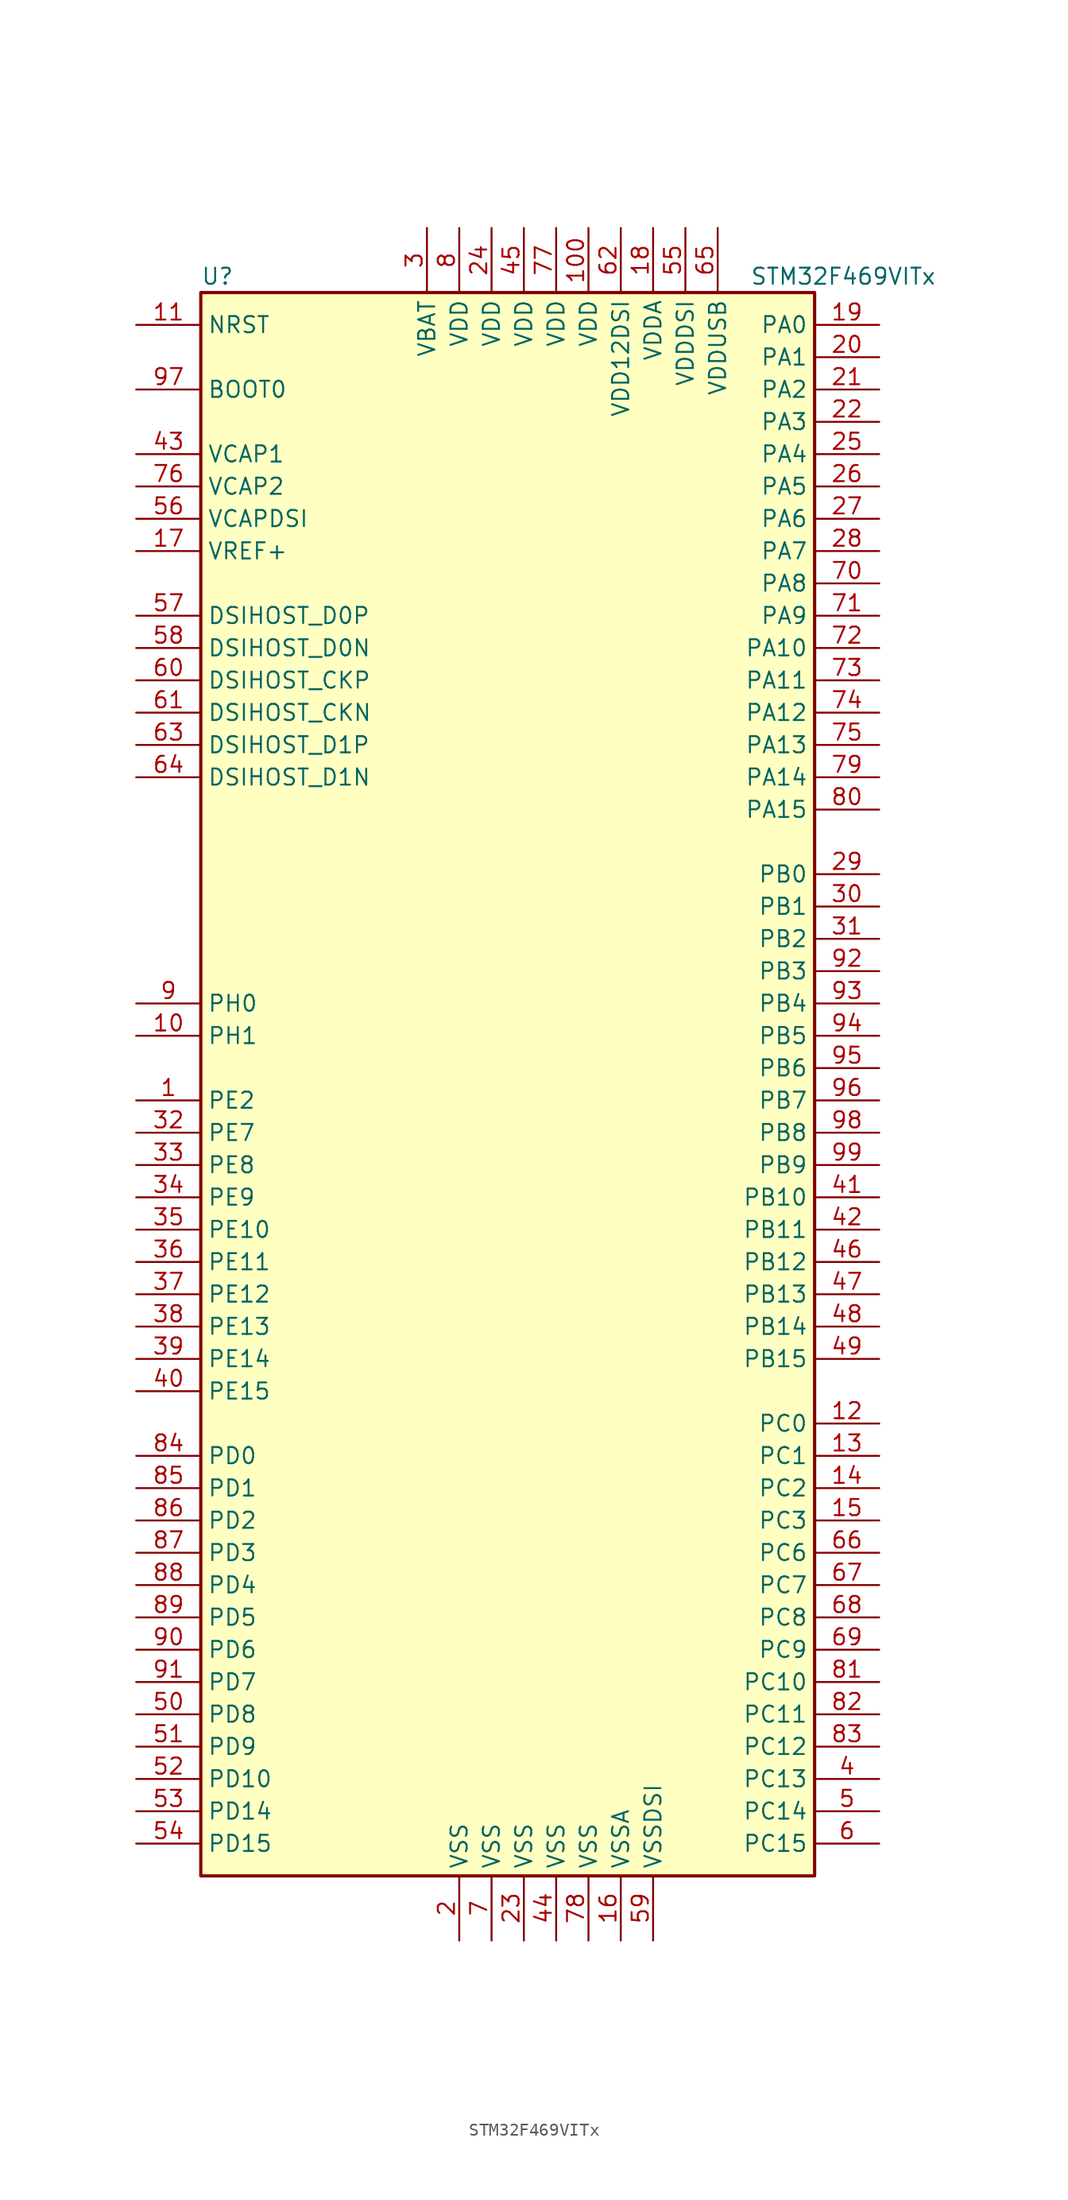
<source format=kicad_sym>
(kicad_symbol_lib
  (version 20201005)
  (generator kicad_symbol_editor)
  (symbol "STM32F469VITx"
    (property "Reference" "U"
      (at -25.4 62.23 0)
      (effects (font (size 1.27 1.27)) (justify left)))
    (property "Value" "STM32F469VITx"
      (at 17.78 62.23 0)
      (effects (font (size 1.27 1.27)) (justify left)))
    (symbol "STM32F469VITx_0_1"
      (rectangle (start -25.4 -63.5) (end 22.86 60.96) (stroke (width 0.254)) (fill (type background))))
    (symbol "STM32F469VITx_1_1"
      (pin bidirectional line (at -30.48 -2.54 0) (length 5.08) (name "PE2" (effects (font (size 1.27 1.27)))) (number "1" (effects (font (size 1.27 1.27)))))
      (pin input line (at -30.48 2.54 0) (length 5.08) (name "PH1" (effects (font (size 1.27 1.27)))) (number "10" (effects (font (size 1.27 1.27)))))
      (pin power_in line (at 5.08 66.04 270) (length 5.08) (name "VDD" (effects (font (size 1.27 1.27)))) (number "100" (effects (font (size 1.27 1.27)))))
      (pin input line (at -30.48 58.42 0) (length 5.08) (name "NRST" (effects (font (size 1.27 1.27)))) (number "11" (effects (font (size 1.27 1.27)))))
      (pin bidirectional line (at 27.94 -27.94 180) (length 5.08) (name "PC0" (effects (font (size 1.27 1.27)))) (number "12" (effects (font (size 1.27 1.27)))))
      (pin bidirectional line (at 27.94 -30.48 180) (length 5.08) (name "PC1" (effects (font (size 1.27 1.27)))) (number "13" (effects (font (size 1.27 1.27)))))
      (pin bidirectional line (at 27.94 -33.02 180) (length 5.08) (name "PC2" (effects (font (size 1.27 1.27)))) (number "14" (effects (font (size 1.27 1.27)))))
      (pin bidirectional line (at 27.94 -35.56 180) (length 5.08) (name "PC3" (effects (font (size 1.27 1.27)))) (number "15" (effects (font (size 1.27 1.27)))))
      (pin power_in line (at 7.62 -68.58 90) (length 5.08) (name "VSSA" (effects (font (size 1.27 1.27)))) (number "16" (effects (font (size 1.27 1.27)))))
      (pin power_in line (at -30.48 40.64 0) (length 5.08) (name "VREF+" (effects (font (size 1.27 1.27)))) (number "17" (effects (font (size 1.27 1.27)))))
      (pin power_in line (at 10.16 66.04 270) (length 5.08) (name "VDDA" (effects (font (size 1.27 1.27)))) (number "18" (effects (font (size 1.27 1.27)))))
      (pin bidirectional line (at 27.94 58.42 180) (length 5.08) (name "PA0" (effects (font (size 1.27 1.27)))) (number "19" (effects (font (size 1.27 1.27)))))
      (pin power_in line (at -5.08 -68.58 90) (length 5.08) (name "VSS" (effects (font (size 1.27 1.27)))) (number "2" (effects (font (size 1.27 1.27)))))
      (pin bidirectional line (at 27.94 55.88 180) (length 5.08) (name "PA1" (effects (font (size 1.27 1.27)))) (number "20" (effects (font (size 1.27 1.27)))))
      (pin bidirectional line (at 27.94 53.34 180) (length 5.08) (name "PA2" (effects (font (size 1.27 1.27)))) (number "21" (effects (font (size 1.27 1.27)))))
      (pin bidirectional line (at 27.94 50.8 180) (length 5.08) (name "PA3" (effects (font (size 1.27 1.27)))) (number "22" (effects (font (size 1.27 1.27)))))
      (pin power_in line (at 0 -68.58 90) (length 5.08) (name "VSS" (effects (font (size 1.27 1.27)))) (number "23" (effects (font (size 1.27 1.27)))))
      (pin power_in line (at -2.54 66.04 270) (length 5.08) (name "VDD" (effects (font (size 1.27 1.27)))) (number "24" (effects (font (size 1.27 1.27)))))
      (pin bidirectional line (at 27.94 48.26 180) (length 5.08) (name "PA4" (effects (font (size 1.27 1.27)))) (number "25" (effects (font (size 1.27 1.27)))))
      (pin bidirectional line (at 27.94 45.72 180) (length 5.08) (name "PA5" (effects (font (size 1.27 1.27)))) (number "26" (effects (font (size 1.27 1.27)))))
      (pin bidirectional line (at 27.94 43.18 180) (length 5.08) (name "PA6" (effects (font (size 1.27 1.27)))) (number "27" (effects (font (size 1.27 1.27)))))
      (pin bidirectional line (at 27.94 40.64 180) (length 5.08) (name "PA7" (effects (font (size 1.27 1.27)))) (number "28" (effects (font (size 1.27 1.27)))))
      (pin bidirectional line (at 27.94 15.24 180) (length 5.08) (name "PB0" (effects (font (size 1.27 1.27)))) (number "29" (effects (font (size 1.27 1.27)))))
      (pin power_in line (at -7.62 66.04 270) (length 5.08) (name "VBAT" (effects (font (size 1.27 1.27)))) (number "3" (effects (font (size 1.27 1.27)))))
      (pin bidirectional line (at 27.94 12.7 180) (length 5.08) (name "PB1" (effects (font (size 1.27 1.27)))) (number "30" (effects (font (size 1.27 1.27)))))
      (pin bidirectional line (at 27.94 10.16 180) (length 5.08) (name "PB2" (effects (font (size 1.27 1.27)))) (number "31" (effects (font (size 1.27 1.27)))))
      (pin bidirectional line (at -30.48 -5.08 0) (length 5.08) (name "PE7" (effects (font (size 1.27 1.27)))) (number "32" (effects (font (size 1.27 1.27)))))
      (pin bidirectional line (at -30.48 -7.62 0) (length 5.08) (name "PE8" (effects (font (size 1.27 1.27)))) (number "33" (effects (font (size 1.27 1.27)))))
      (pin bidirectional line (at -30.48 -10.16 0) (length 5.08) (name "PE9" (effects (font (size 1.27 1.27)))) (number "34" (effects (font (size 1.27 1.27)))))
      (pin bidirectional line (at -30.48 -12.7 0) (length 5.08) (name "PE10" (effects (font (size 1.27 1.27)))) (number "35" (effects (font (size 1.27 1.27)))))
      (pin bidirectional line (at -30.48 -15.24 0) (length 5.08) (name "PE11" (effects (font (size 1.27 1.27)))) (number "36" (effects (font (size 1.27 1.27)))))
      (pin bidirectional line (at -30.48 -17.78 0) (length 5.08) (name "PE12" (effects (font (size 1.27 1.27)))) (number "37" (effects (font (size 1.27 1.27)))))
      (pin bidirectional line (at -30.48 -20.32 0) (length 5.08) (name "PE13" (effects (font (size 1.27 1.27)))) (number "38" (effects (font (size 1.27 1.27)))))
      (pin bidirectional line (at -30.48 -22.86 0) (length 5.08) (name "PE14" (effects (font (size 1.27 1.27)))) (number "39" (effects (font (size 1.27 1.27)))))
      (pin bidirectional line (at 27.94 -55.88 180) (length 5.08) (name "PC13" (effects (font (size 1.27 1.27)))) (number "4" (effects (font (size 1.27 1.27)))))
      (pin bidirectional line (at -30.48 -25.4 0) (length 5.08) (name "PE15" (effects (font (size 1.27 1.27)))) (number "40" (effects (font (size 1.27 1.27)))))
      (pin bidirectional line (at 27.94 -10.16 180) (length 5.08) (name "PB10" (effects (font (size 1.27 1.27)))) (number "41" (effects (font (size 1.27 1.27)))))
      (pin bidirectional line (at 27.94 -12.7 180) (length 5.08) (name "PB11" (effects (font (size 1.27 1.27)))) (number "42" (effects (font (size 1.27 1.27)))))
      (pin power_in line (at -30.48 48.26 0) (length 5.08) (name "VCAP1" (effects (font (size 1.27 1.27)))) (number "43" (effects (font (size 1.27 1.27)))))
      (pin power_in line (at 2.54 -68.58 90) (length 5.08) (name "VSS" (effects (font (size 1.27 1.27)))) (number "44" (effects (font (size 1.27 1.27)))))
      (pin power_in line (at 0 66.04 270) (length 5.08) (name "VDD" (effects (font (size 1.27 1.27)))) (number "45" (effects (font (size 1.27 1.27)))))
      (pin bidirectional line (at 27.94 -15.24 180) (length 5.08) (name "PB12" (effects (font (size 1.27 1.27)))) (number "46" (effects (font (size 1.27 1.27)))))
      (pin bidirectional line (at 27.94 -17.78 180) (length 5.08) (name "PB13" (effects (font (size 1.27 1.27)))) (number "47" (effects (font (size 1.27 1.27)))))
      (pin bidirectional line (at 27.94 -20.32 180) (length 5.08) (name "PB14" (effects (font (size 1.27 1.27)))) (number "48" (effects (font (size 1.27 1.27)))))
      (pin bidirectional line (at 27.94 -22.86 180) (length 5.08) (name "PB15" (effects (font (size 1.27 1.27)))) (number "49" (effects (font (size 1.27 1.27)))))
      (pin bidirectional line (at 27.94 -58.42 180) (length 5.08) (name "PC14" (effects (font (size 1.27 1.27)))) (number "5" (effects (font (size 1.27 1.27)))))
      (pin bidirectional line (at -30.48 -50.8 0) (length 5.08) (name "PD8" (effects (font (size 1.27 1.27)))) (number "50" (effects (font (size 1.27 1.27)))))
      (pin bidirectional line (at -30.48 -53.34 0) (length 5.08) (name "PD9" (effects (font (size 1.27 1.27)))) (number "51" (effects (font (size 1.27 1.27)))))
      (pin bidirectional line (at -30.48 -55.88 0) (length 5.08) (name "PD10" (effects (font (size 1.27 1.27)))) (number "52" (effects (font (size 1.27 1.27)))))
      (pin bidirectional line (at -30.48 -58.42 0) (length 5.08) (name "PD14" (effects (font (size 1.27 1.27)))) (number "53" (effects (font (size 1.27 1.27)))))
      (pin bidirectional line (at -30.48 -60.96 0) (length 5.08) (name "PD15" (effects (font (size 1.27 1.27)))) (number "54" (effects (font (size 1.27 1.27)))))
      (pin power_in line (at 12.7 66.04 270) (length 5.08) (name "VDDDSI" (effects (font (size 1.27 1.27)))) (number "55" (effects (font (size 1.27 1.27)))))
      (pin power_in line (at -30.48 43.18 0) (length 5.08) (name "VCAPDSI" (effects (font (size 1.27 1.27)))) (number "56" (effects (font (size 1.27 1.27)))))
      (pin bidirectional line (at -30.48 35.56 0) (length 5.08) (name "DSIHOST_D0P" (effects (font (size 1.27 1.27)))) (number "57" (effects (font (size 1.27 1.27)))))
      (pin bidirectional line (at -30.48 33.02 0) (length 5.08) (name "DSIHOST_D0N" (effects (font (size 1.27 1.27)))) (number "58" (effects (font (size 1.27 1.27)))))
      (pin power_in line (at 10.16 -68.58 90) (length 5.08) (name "VSSDSI" (effects (font (size 1.27 1.27)))) (number "59" (effects (font (size 1.27 1.27)))))
      (pin bidirectional line (at 27.94 -60.96 180) (length 5.08) (name "PC15" (effects (font (size 1.27 1.27)))) (number "6" (effects (font (size 1.27 1.27)))))
      (pin bidirectional line (at -30.48 30.48 0) (length 5.08) (name "DSIHOST_CKP" (effects (font (size 1.27 1.27)))) (number "60" (effects (font (size 1.27 1.27)))))
      (pin bidirectional line (at -30.48 27.94 0) (length 5.08) (name "DSIHOST_CKN" (effects (font (size 1.27 1.27)))) (number "61" (effects (font (size 1.27 1.27)))))
      (pin power_in line (at 7.62 66.04 270) (length 5.08) (name "VDD12DSI" (effects (font (size 1.27 1.27)))) (number "62" (effects (font (size 1.27 1.27)))))
      (pin bidirectional line (at -30.48 25.4 0) (length 5.08) (name "DSIHOST_D1P" (effects (font (size 1.27 1.27)))) (number "63" (effects (font (size 1.27 1.27)))))
      (pin bidirectional line (at -30.48 22.86 0) (length 5.08) (name "DSIHOST_D1N" (effects (font (size 1.27 1.27)))) (number "64" (effects (font (size 1.27 1.27)))))
      (pin power_in line (at 15.24 66.04 270) (length 5.08) (name "VDDUSB" (effects (font (size 1.27 1.27)))) (number "65" (effects (font (size 1.27 1.27)))))
      (pin bidirectional line (at 27.94 -38.1 180) (length 5.08) (name "PC6" (effects (font (size 1.27 1.27)))) (number "66" (effects (font (size 1.27 1.27)))))
      (pin bidirectional line (at 27.94 -40.64 180) (length 5.08) (name "PC7" (effects (font (size 1.27 1.27)))) (number "67" (effects (font (size 1.27 1.27)))))
      (pin bidirectional line (at 27.94 -43.18 180) (length 5.08) (name "PC8" (effects (font (size 1.27 1.27)))) (number "68" (effects (font (size 1.27 1.27)))))
      (pin bidirectional line (at 27.94 -45.72 180) (length 5.08) (name "PC9" (effects (font (size 1.27 1.27)))) (number "69" (effects (font (size 1.27 1.27)))))
      (pin power_in line (at -2.54 -68.58 90) (length 5.08) (name "VSS" (effects (font (size 1.27 1.27)))) (number "7" (effects (font (size 1.27 1.27)))))
      (pin bidirectional line (at 27.94 38.1 180) (length 5.08) (name "PA8" (effects (font (size 1.27 1.27)))) (number "70" (effects (font (size 1.27 1.27)))))
      (pin bidirectional line (at 27.94 35.56 180) (length 5.08) (name "PA9" (effects (font (size 1.27 1.27)))) (number "71" (effects (font (size 1.27 1.27)))))
      (pin bidirectional line (at 27.94 33.02 180) (length 5.08) (name "PA10" (effects (font (size 1.27 1.27)))) (number "72" (effects (font (size 1.27 1.27)))))
      (pin bidirectional line (at 27.94 30.48 180) (length 5.08) (name "PA11" (effects (font (size 1.27 1.27)))) (number "73" (effects (font (size 1.27 1.27)))))
      (pin bidirectional line (at 27.94 27.94 180) (length 5.08) (name "PA12" (effects (font (size 1.27 1.27)))) (number "74" (effects (font (size 1.27 1.27)))))
      (pin bidirectional line (at 27.94 25.4 180) (length 5.08) (name "PA13" (effects (font (size 1.27 1.27)))) (number "75" (effects (font (size 1.27 1.27)))))
      (pin power_in line (at -30.48 45.72 0) (length 5.08) (name "VCAP2" (effects (font (size 1.27 1.27)))) (number "76" (effects (font (size 1.27 1.27)))))
      (pin power_in line (at 2.54 66.04 270) (length 5.08) (name "VDD" (effects (font (size 1.27 1.27)))) (number "77" (effects (font (size 1.27 1.27)))))
      (pin power_in line (at 5.08 -68.58 90) (length 5.08) (name "VSS" (effects (font (size 1.27 1.27)))) (number "78" (effects (font (size 1.27 1.27)))))
      (pin bidirectional line (at 27.94 22.86 180) (length 5.08) (name "PA14" (effects (font (size 1.27 1.27)))) (number "79" (effects (font (size 1.27 1.27)))))
      (pin power_in line (at -5.08 66.04 270) (length 5.08) (name "VDD" (effects (font (size 1.27 1.27)))) (number "8" (effects (font (size 1.27 1.27)))))
      (pin bidirectional line (at 27.94 20.32 180) (length 5.08) (name "PA15" (effects (font (size 1.27 1.27)))) (number "80" (effects (font (size 1.27 1.27)))))
      (pin bidirectional line (at 27.94 -48.26 180) (length 5.08) (name "PC10" (effects (font (size 1.27 1.27)))) (number "81" (effects (font (size 1.27 1.27)))))
      (pin bidirectional line (at 27.94 -50.8 180) (length 5.08) (name "PC11" (effects (font (size 1.27 1.27)))) (number "82" (effects (font (size 1.27 1.27)))))
      (pin bidirectional line (at 27.94 -53.34 180) (length 5.08) (name "PC12" (effects (font (size 1.27 1.27)))) (number "83" (effects (font (size 1.27 1.27)))))
      (pin bidirectional line (at -30.48 -30.48 0) (length 5.08) (name "PD0" (effects (font (size 1.27 1.27)))) (number "84" (effects (font (size 1.27 1.27)))))
      (pin bidirectional line (at -30.48 -33.02 0) (length 5.08) (name "PD1" (effects (font (size 1.27 1.27)))) (number "85" (effects (font (size 1.27 1.27)))))
      (pin bidirectional line (at -30.48 -35.56 0) (length 5.08) (name "PD2" (effects (font (size 1.27 1.27)))) (number "86" (effects (font (size 1.27 1.27)))))
      (pin bidirectional line (at -30.48 -38.1 0) (length 5.08) (name "PD3" (effects (font (size 1.27 1.27)))) (number "87" (effects (font (size 1.27 1.27)))))
      (pin bidirectional line (at -30.48 -40.64 0) (length 5.08) (name "PD4" (effects (font (size 1.27 1.27)))) (number "88" (effects (font (size 1.27 1.27)))))
      (pin bidirectional line (at -30.48 -43.18 0) (length 5.08) (name "PD5" (effects (font (size 1.27 1.27)))) (number "89" (effects (font (size 1.27 1.27)))))
      (pin input line (at -30.48 5.08 0) (length 5.08) (name "PH0" (effects (font (size 1.27 1.27)))) (number "9" (effects (font (size 1.27 1.27)))))
      (pin bidirectional line (at -30.48 -45.72 0) (length 5.08) (name "PD6" (effects (font (size 1.27 1.27)))) (number "90" (effects (font (size 1.27 1.27)))))
      (pin bidirectional line (at -30.48 -48.26 0) (length 5.08) (name "PD7" (effects (font (size 1.27 1.27)))) (number "91" (effects (font (size 1.27 1.27)))))
      (pin bidirectional line (at 27.94 7.62 180) (length 5.08) (name "PB3" (effects (font (size 1.27 1.27)))) (number "92" (effects (font (size 1.27 1.27)))))
      (pin bidirectional line (at 27.94 5.08 180) (length 5.08) (name "PB4" (effects (font (size 1.27 1.27)))) (number "93" (effects (font (size 1.27 1.27)))))
      (pin bidirectional line (at 27.94 2.54 180) (length 5.08) (name "PB5" (effects (font (size 1.27 1.27)))) (number "94" (effects (font (size 1.27 1.27)))))
      (pin bidirectional line (at 27.94 0 180) (length 5.08) (name "PB6" (effects (font (size 1.27 1.27)))) (number "95" (effects (font (size 1.27 1.27)))))
      (pin bidirectional line (at 27.94 -2.54 180) (length 5.08) (name "PB7" (effects (font (size 1.27 1.27)))) (number "96" (effects (font (size 1.27 1.27)))))
      (pin input line (at -30.48 53.34 0) (length 5.08) (name "BOOT0" (effects (font (size 1.27 1.27)))) (number "97" (effects (font (size 1.27 1.27)))))
      (pin bidirectional line (at 27.94 -5.08 180) (length 5.08) (name "PB8" (effects (font (size 1.27 1.27)))) (number "98" (effects (font (size 1.27 1.27)))))
      (pin bidirectional line (at 27.94 -7.62 180) (length 5.08) (name "PB9" (effects (font (size 1.27 1.27)))) (number "99" (effects (font (size 1.27 1.27))))))))
</source>
